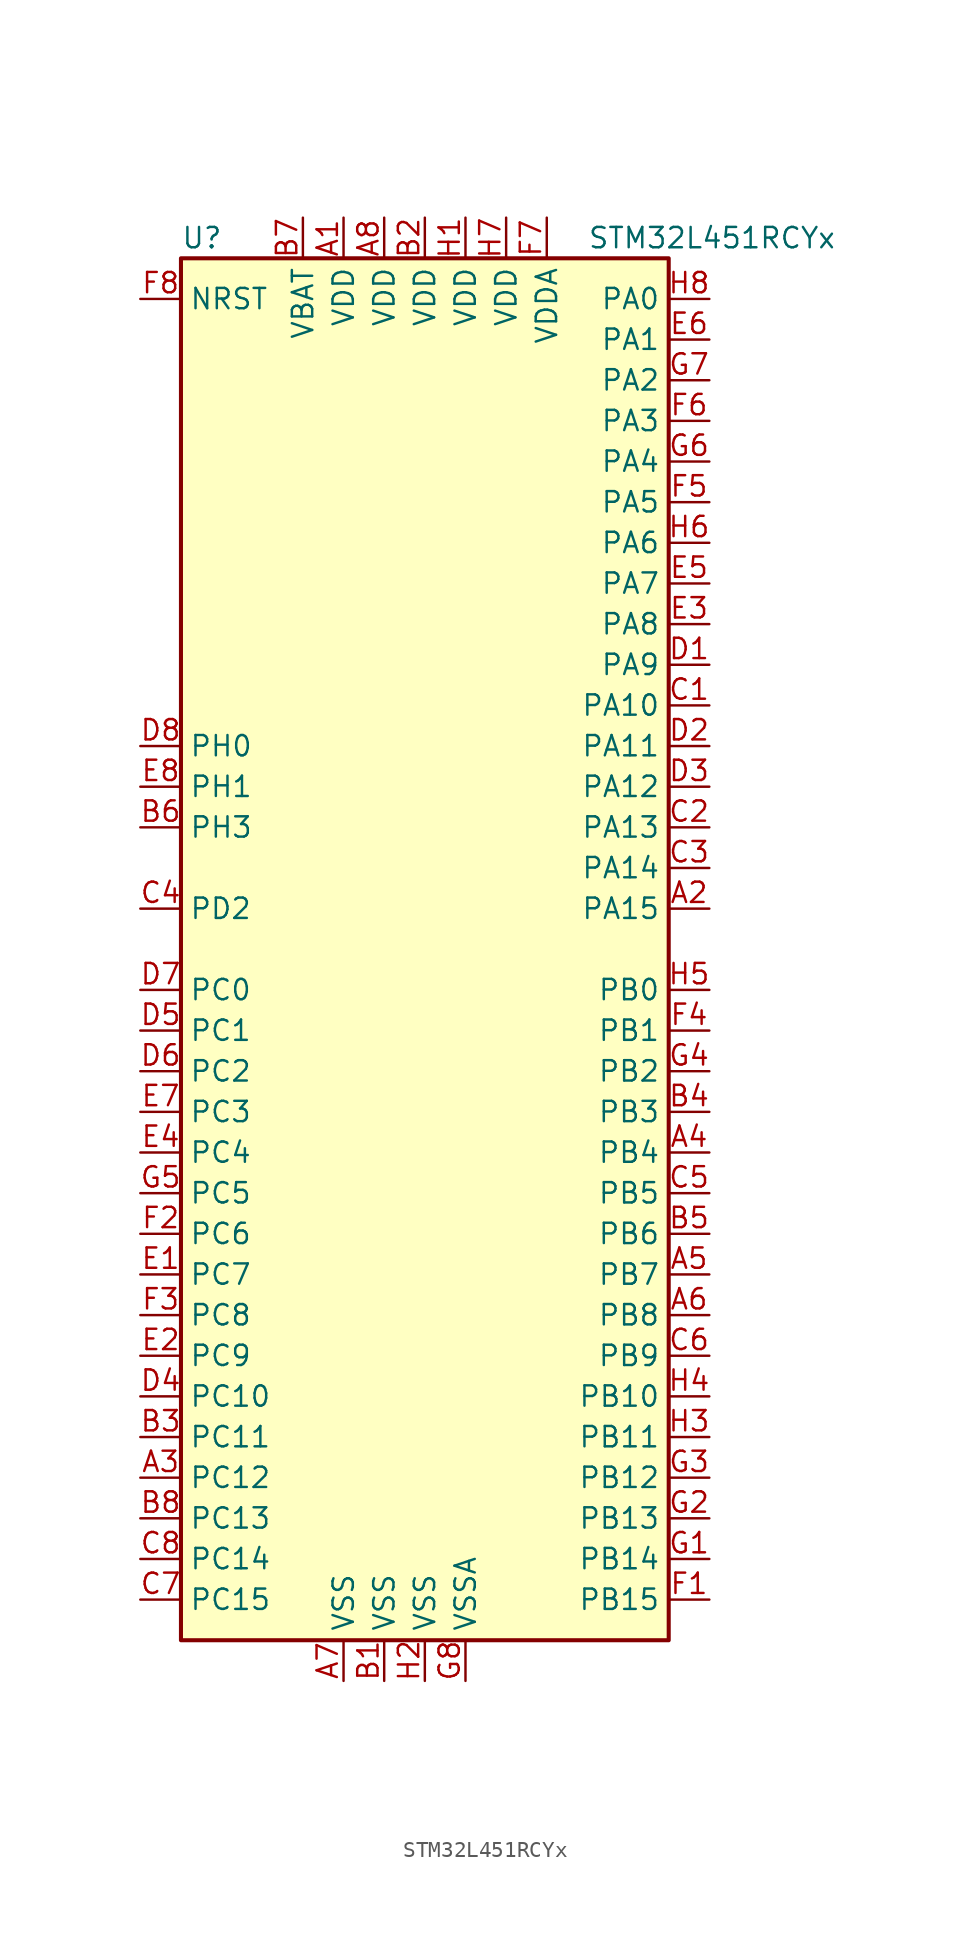
<source format=kicad_sym>
(kicad_symbol_lib
  (version 20211014)
  (generator kicad_symbol_editor)
  (symbol "STM32L451RCYx"
    (property "Reference" "U"
      (at -15.24 44.45 0)
      (effects (font (size 1.27 1.27)) (justify left)))
    (property "Value" "STM32L451RCYx"
      (at 10.16 44.45 0)
      (effects (font (size 1.27 1.27)) (justify left)))
    (symbol "STM32L451RCYx_0_1"
      (rectangle (start -15.24 -43.18) (end 15.24 43.18) (stroke (width 0.254) (type default) (color 0 0 0 0)) (fill (type background))))
    (symbol "STM32L451RCYx_1_1"
      (pin power_in line (at -5.08 45.72 270) (length 2.54) (name "VDD" (effects (font (size 1.27 1.27)))) (number "A1" (effects (font (size 1.27 1.27)))))
      (pin bidirectional line (at 17.78 2.54 180) (length 2.54) (name "PA15" (effects (font (size 1.27 1.27)))) (number "A2" (effects (font (size 1.27 1.27)))))
      (pin bidirectional line (at -17.78 -33.02 0) (length 2.54) (name "PC12" (effects (font (size 1.27 1.27)))) (number "A3" (effects (font (size 1.27 1.27)))))
      (pin bidirectional line (at 17.78 -12.7 180) (length 2.54) (name "PB4" (effects (font (size 1.27 1.27)))) (number "A4" (effects (font (size 1.27 1.27)))))
      (pin bidirectional line (at 17.78 -20.32 180) (length 2.54) (name "PB7" (effects (font (size 1.27 1.27)))) (number "A5" (effects (font (size 1.27 1.27)))))
      (pin bidirectional line (at 17.78 -22.86 180) (length 2.54) (name "PB8" (effects (font (size 1.27 1.27)))) (number "A6" (effects (font (size 1.27 1.27)))))
      (pin power_in line (at -5.08 -45.72 90) (length 2.54) (name "VSS" (effects (font (size 1.27 1.27)))) (number "A7" (effects (font (size 1.27 1.27)))))
      (pin power_in line (at -2.54 45.72 270) (length 2.54) (name "VDD" (effects (font (size 1.27 1.27)))) (number "A8" (effects (font (size 1.27 1.27)))))
      (pin power_in line (at -2.54 -45.72 90) (length 2.54) (name "VSS" (effects (font (size 1.27 1.27)))) (number "B1" (effects (font (size 1.27 1.27)))))
      (pin power_in line (at 0 45.72 270) (length 2.54) (name "VDD" (effects (font (size 1.27 1.27)))) (number "B2" (effects (font (size 1.27 1.27)))))
      (pin bidirectional line (at -17.78 -30.48 0) (length 2.54) (name "PC11" (effects (font (size 1.27 1.27)))) (number "B3" (effects (font (size 1.27 1.27)))))
      (pin bidirectional line (at 17.78 -10.16 180) (length 2.54) (name "PB3" (effects (font (size 1.27 1.27)))) (number "B4" (effects (font (size 1.27 1.27)))))
      (pin bidirectional line (at 17.78 -17.78 180) (length 2.54) (name "PB6" (effects (font (size 1.27 1.27)))) (number "B5" (effects (font (size 1.27 1.27)))))
      (pin bidirectional line (at -17.78 7.62 0) (length 2.54) (name "PH3" (effects (font (size 1.27 1.27)))) (number "B6" (effects (font (size 1.27 1.27)))))
      (pin power_in line (at -7.62 45.72 270) (length 2.54) (name "VBAT" (effects (font (size 1.27 1.27)))) (number "B7" (effects (font (size 1.27 1.27)))))
      (pin bidirectional line (at -17.78 -35.56 0) (length 2.54) (name "PC13" (effects (font (size 1.27 1.27)))) (number "B8" (effects (font (size 1.27 1.27)))))
      (pin bidirectional line (at 17.78 15.24 180) (length 2.54) (name "PA10" (effects (font (size 1.27 1.27)))) (number "C1" (effects (font (size 1.27 1.27)))))
      (pin bidirectional line (at 17.78 7.62 180) (length 2.54) (name "PA13" (effects (font (size 1.27 1.27)))) (number "C2" (effects (font (size 1.27 1.27)))))
      (pin bidirectional line (at 17.78 5.08 180) (length 2.54) (name "PA14" (effects (font (size 1.27 1.27)))) (number "C3" (effects (font (size 1.27 1.27)))))
      (pin bidirectional line (at -17.78 2.54 0) (length 2.54) (name "PD2" (effects (font (size 1.27 1.27)))) (number "C4" (effects (font (size 1.27 1.27)))))
      (pin bidirectional line (at 17.78 -15.24 180) (length 2.54) (name "PB5" (effects (font (size 1.27 1.27)))) (number "C5" (effects (font (size 1.27 1.27)))))
      (pin bidirectional line (at 17.78 -25.4 180) (length 2.54) (name "PB9" (effects (font (size 1.27 1.27)))) (number "C6" (effects (font (size 1.27 1.27)))))
      (pin bidirectional line (at -17.78 -40.64 0) (length 2.54) (name "PC15" (effects (font (size 1.27 1.27)))) (number "C7" (effects (font (size 1.27 1.27)))))
      (pin bidirectional line (at -17.78 -38.1 0) (length 2.54) (name "PC14" (effects (font (size 1.27 1.27)))) (number "C8" (effects (font (size 1.27 1.27)))))
      (pin bidirectional line (at 17.78 17.78 180) (length 2.54) (name "PA9" (effects (font (size 1.27 1.27)))) (number "D1" (effects (font (size 1.27 1.27)))))
      (pin bidirectional line (at 17.78 12.7 180) (length 2.54) (name "PA11" (effects (font (size 1.27 1.27)))) (number "D2" (effects (font (size 1.27 1.27)))))
      (pin bidirectional line (at 17.78 10.16 180) (length 2.54) (name "PA12" (effects (font (size 1.27 1.27)))) (number "D3" (effects (font (size 1.27 1.27)))))
      (pin bidirectional line (at -17.78 -27.94 0) (length 2.54) (name "PC10" (effects (font (size 1.27 1.27)))) (number "D4" (effects (font (size 1.27 1.27)))))
      (pin bidirectional line (at -17.78 -5.08 0) (length 2.54) (name "PC1" (effects (font (size 1.27 1.27)))) (number "D5" (effects (font (size 1.27 1.27)))))
      (pin bidirectional line (at -17.78 -7.62 0) (length 2.54) (name "PC2" (effects (font (size 1.27 1.27)))) (number "D6" (effects (font (size 1.27 1.27)))))
      (pin bidirectional line (at -17.78 -2.54 0) (length 2.54) (name "PC0" (effects (font (size 1.27 1.27)))) (number "D7" (effects (font (size 1.27 1.27)))))
      (pin input line (at -17.78 12.7 0) (length 2.54) (name "PH0" (effects (font (size 1.27 1.27)))) (number "D8" (effects (font (size 1.27 1.27)))))
      (pin bidirectional line (at -17.78 -20.32 0) (length 2.54) (name "PC7" (effects (font (size 1.27 1.27)))) (number "E1" (effects (font (size 1.27 1.27)))))
      (pin bidirectional line (at -17.78 -25.4 0) (length 2.54) (name "PC9" (effects (font (size 1.27 1.27)))) (number "E2" (effects (font (size 1.27 1.27)))))
      (pin bidirectional line (at 17.78 20.32 180) (length 2.54) (name "PA8" (effects (font (size 1.27 1.27)))) (number "E3" (effects (font (size 1.27 1.27)))))
      (pin bidirectional line (at -17.78 -12.7 0) (length 2.54) (name "PC4" (effects (font (size 1.27 1.27)))) (number "E4" (effects (font (size 1.27 1.27)))))
      (pin bidirectional line (at 17.78 22.86 180) (length 2.54) (name "PA7" (effects (font (size 1.27 1.27)))) (number "E5" (effects (font (size 1.27 1.27)))))
      (pin bidirectional line (at 17.78 38.1 180) (length 2.54) (name "PA1" (effects (font (size 1.27 1.27)))) (number "E6" (effects (font (size 1.27 1.27)))))
      (pin bidirectional line (at -17.78 -10.16 0) (length 2.54) (name "PC3" (effects (font (size 1.27 1.27)))) (number "E7" (effects (font (size 1.27 1.27)))))
      (pin input line (at -17.78 10.16 0) (length 2.54) (name "PH1" (effects (font (size 1.27 1.27)))) (number "E8" (effects (font (size 1.27 1.27)))))
      (pin bidirectional line (at 17.78 -40.64 180) (length 2.54) (name "PB15" (effects (font (size 1.27 1.27)))) (number "F1" (effects (font (size 1.27 1.27)))))
      (pin bidirectional line (at -17.78 -17.78 0) (length 2.54) (name "PC6" (effects (font (size 1.27 1.27)))) (number "F2" (effects (font (size 1.27 1.27)))))
      (pin bidirectional line (at -17.78 -22.86 0) (length 2.54) (name "PC8" (effects (font (size 1.27 1.27)))) (number "F3" (effects (font (size 1.27 1.27)))))
      (pin bidirectional line (at 17.78 -5.08 180) (length 2.54) (name "PB1" (effects (font (size 1.27 1.27)))) (number "F4" (effects (font (size 1.27 1.27)))))
      (pin bidirectional line (at 17.78 27.94 180) (length 2.54) (name "PA5" (effects (font (size 1.27 1.27)))) (number "F5" (effects (font (size 1.27 1.27)))))
      (pin bidirectional line (at 17.78 33.02 180) (length 2.54) (name "PA3" (effects (font (size 1.27 1.27)))) (number "F6" (effects (font (size 1.27 1.27)))))
      (pin power_in line (at 7.62 45.72 270) (length 2.54) (name "VDDA" (effects (font (size 1.27 1.27)))) (number "F7" (effects (font (size 1.27 1.27)))))
      (pin input line (at -17.78 40.64 0) (length 2.54) (name "NRST" (effects (font (size 1.27 1.27)))) (number "F8" (effects (font (size 1.27 1.27)))))
      (pin bidirectional line (at 17.78 -38.1 180) (length 2.54) (name "PB14" (effects (font (size 1.27 1.27)))) (number "G1" (effects (font (size 1.27 1.27)))))
      (pin bidirectional line (at 17.78 -35.56 180) (length 2.54) (name "PB13" (effects (font (size 1.27 1.27)))) (number "G2" (effects (font (size 1.27 1.27)))))
      (pin bidirectional line (at 17.78 -33.02 180) (length 2.54) (name "PB12" (effects (font (size 1.27 1.27)))) (number "G3" (effects (font (size 1.27 1.27)))))
      (pin bidirectional line (at 17.78 -7.62 180) (length 2.54) (name "PB2" (effects (font (size 1.27 1.27)))) (number "G4" (effects (font (size 1.27 1.27)))))
      (pin bidirectional line (at -17.78 -15.24 0) (length 2.54) (name "PC5" (effects (font (size 1.27 1.27)))) (number "G5" (effects (font (size 1.27 1.27)))))
      (pin bidirectional line (at 17.78 30.48 180) (length 2.54) (name "PA4" (effects (font (size 1.27 1.27)))) (number "G6" (effects (font (size 1.27 1.27)))))
      (pin bidirectional line (at 17.78 35.56 180) (length 2.54) (name "PA2" (effects (font (size 1.27 1.27)))) (number "G7" (effects (font (size 1.27 1.27)))))
      (pin power_in line (at 2.54 -45.72 90) (length 2.54) (name "VSSA" (effects (font (size 1.27 1.27)))) (number "G8" (effects (font (size 1.27 1.27)))))
      (pin power_in line (at 2.54 45.72 270) (length 2.54) (name "VDD" (effects (font (size 1.27 1.27)))) (number "H1" (effects (font (size 1.27 1.27)))))
      (pin power_in line (at 0 -45.72 90) (length 2.54) (name "VSS" (effects (font (size 1.27 1.27)))) (number "H2" (effects (font (size 1.27 1.27)))))
      (pin bidirectional line (at 17.78 -30.48 180) (length 2.54) (name "PB11" (effects (font (size 1.27 1.27)))) (number "H3" (effects (font (size 1.27 1.27)))))
      (pin bidirectional line (at 17.78 -27.94 180) (length 2.54) (name "PB10" (effects (font (size 1.27 1.27)))) (number "H4" (effects (font (size 1.27 1.27)))))
      (pin bidirectional line (at 17.78 -2.54 180) (length 2.54) (name "PB0" (effects (font (size 1.27 1.27)))) (number "H5" (effects (font (size 1.27 1.27)))))
      (pin bidirectional line (at 17.78 25.4 180) (length 2.54) (name "PA6" (effects (font (size 1.27 1.27)))) (number "H6" (effects (font (size 1.27 1.27)))))
      (pin power_in line (at 5.08 45.72 270) (length 2.54) (name "VDD" (effects (font (size 1.27 1.27)))) (number "H7" (effects (font (size 1.27 1.27)))))
      (pin bidirectional line (at 17.78 40.64 180) (length 2.54) (name "PA0" (effects (font (size 1.27 1.27)))) (number "H8" (effects (font (size 1.27 1.27))))))))
</source>
